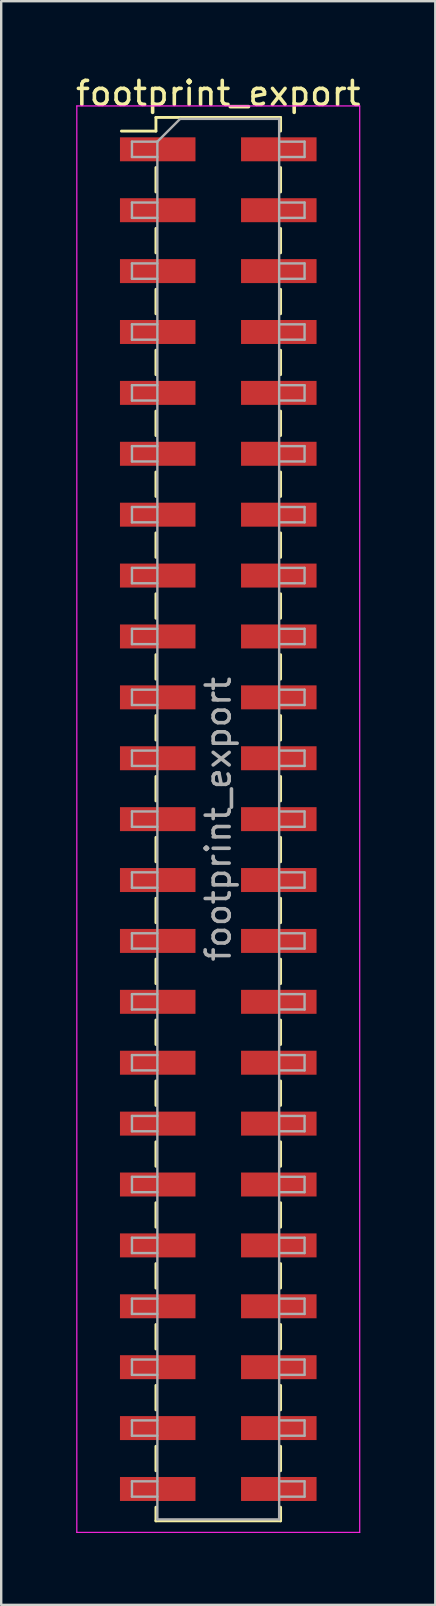
<source format=kicad_pcb>
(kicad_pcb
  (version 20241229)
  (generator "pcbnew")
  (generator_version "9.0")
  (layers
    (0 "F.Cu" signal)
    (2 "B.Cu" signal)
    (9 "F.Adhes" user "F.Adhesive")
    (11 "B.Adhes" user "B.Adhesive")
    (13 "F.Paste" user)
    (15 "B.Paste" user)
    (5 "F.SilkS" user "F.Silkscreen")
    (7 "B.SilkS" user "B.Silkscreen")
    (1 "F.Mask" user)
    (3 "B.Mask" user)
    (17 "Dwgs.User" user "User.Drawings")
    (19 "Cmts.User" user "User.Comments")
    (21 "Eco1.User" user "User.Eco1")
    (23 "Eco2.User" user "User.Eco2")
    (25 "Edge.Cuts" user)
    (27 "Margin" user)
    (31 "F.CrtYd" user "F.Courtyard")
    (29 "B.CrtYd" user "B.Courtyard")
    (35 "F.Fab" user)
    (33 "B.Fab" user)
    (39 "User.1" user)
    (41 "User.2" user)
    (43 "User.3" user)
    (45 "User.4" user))
  (footprint "footprint_export"
    (layer "F.Cu")
    (at 6.054 31.118)
    (property "Reference" "footprint_export" (at 0 -30.27 0) (layer "F.SilkS") (effects (font (size 1 1) (thickness 0.15))))
    (attr smd)
    (fp_line (start -4.04 -28.7) (end -2.6 -28.7) (stroke (width 0.12) (type solid)) (layer "F.SilkS"))
    (fp_line (start -2.6 -29.27) (end -2.6 -28.7) (stroke (width 0.12) (type solid)) (layer "F.SilkS"))
    (fp_line (start -2.6 -29.27) (end 2.6 -29.27) (stroke (width 0.12) (type solid)) (layer "F.SilkS"))
    (fp_line (start -2.6 -27.18) (end -2.6 -26.16) (stroke (width 0.12) (type solid)) (layer "F.SilkS"))
    (fp_line (start -2.6 -24.64) (end -2.6 -23.62) (stroke (width 0.12) (type solid)) (layer "F.SilkS"))
    (fp_line (start -2.6 -22.1) (end -2.6 -21.08) (stroke (width 0.12) (type solid)) (layer "F.SilkS"))
    (fp_line (start -2.6 -19.56) (end -2.6 -18.54) (stroke (width 0.12) (type solid)) (layer "F.SilkS"))
    (fp_line (start -2.6 -17.02) (end -2.6 -16) (stroke (width 0.12) (type solid)) (layer "F.SilkS"))
    (fp_line (start -2.6 -14.48) (end -2.6 -13.46) (stroke (width 0.12) (type solid)) (layer "F.SilkS"))
    (fp_line (start -2.6 -11.94) (end -2.6 -10.92) (stroke (width 0.12) (type solid)) (layer "F.SilkS"))
    (fp_line (start -2.6 -9.4) (end -2.6 -8.38) (stroke (width 0.12) (type solid)) (layer "F.SilkS"))
    (fp_line (start -2.6 -6.86) (end -2.6 -5.84) (stroke (width 0.12) (type solid)) (layer "F.SilkS"))
    (fp_line (start -2.6 -4.32) (end -2.6 -3.3) (stroke (width 0.12) (type solid)) (layer "F.SilkS"))
    (fp_line (start -2.6 -1.78) (end -2.6 -0.76) (stroke (width 0.12) (type solid)) (layer "F.SilkS"))
    (fp_line (start -2.6 0.76) (end -2.6 1.78) (stroke (width 0.12) (type solid)) (layer "F.SilkS"))
    (fp_line (start -2.6 3.3) (end -2.6 4.32) (stroke (width 0.12) (type solid)) (layer "F.SilkS"))
    (fp_line (start -2.6 5.84) (end -2.6 6.86) (stroke (width 0.12) (type solid)) (layer "F.SilkS"))
    (fp_line (start -2.6 8.38) (end -2.6 9.4) (stroke (width 0.12) (type solid)) (layer "F.SilkS"))
    (fp_line (start -2.6 10.92) (end -2.6 11.94) (stroke (width 0.12) (type solid)) (layer "F.SilkS"))
    (fp_line (start -2.6 13.46) (end -2.6 14.48) (stroke (width 0.12) (type solid)) (layer "F.SilkS"))
    (fp_line (start -2.6 16) (end -2.6 17.02) (stroke (width 0.12) (type solid)) (layer "F.SilkS"))
    (fp_line (start -2.6 18.54) (end -2.6 19.56) (stroke (width 0.12) (type solid)) (layer "F.SilkS"))
    (fp_line (start -2.6 21.08) (end -2.6 22.1) (stroke (width 0.12) (type solid)) (layer "F.SilkS"))
    (fp_line (start -2.6 23.62) (end -2.6 24.64) (stroke (width 0.12) (type solid)) (layer "F.SilkS"))
    (fp_line (start -2.6 26.16) (end -2.6 27.18) (stroke (width 0.12) (type solid)) (layer "F.SilkS"))
    (fp_line (start -2.6 28.7) (end -2.6 29.27) (stroke (width 0.12) (type solid)) (layer "F.SilkS"))
    (fp_line (start -2.6 29.27) (end 2.6 29.27) (stroke (width 0.12) (type solid)) (layer "F.SilkS"))
    (fp_line (start 2.6 -29.27) (end 2.6 -28.7) (stroke (width 0.12) (type solid)) (layer "F.SilkS"))
    (fp_line (start 2.6 -27.18) (end 2.6 -26.16) (stroke (width 0.12) (type solid)) (layer "F.SilkS"))
    (fp_line (start 2.6 -24.64) (end 2.6 -23.62) (stroke (width 0.12) (type solid)) (layer "F.SilkS"))
    (fp_line (start 2.6 -22.1) (end 2.6 -21.08) (stroke (width 0.12) (type solid)) (layer "F.SilkS"))
    (fp_line (start 2.6 -19.56) (end 2.6 -18.54) (stroke (width 0.12) (type solid)) (layer "F.SilkS"))
    (fp_line (start 2.6 -17.02) (end 2.6 -16) (stroke (width 0.12) (type solid)) (layer "F.SilkS"))
    (fp_line (start 2.6 -14.48) (end 2.6 -13.46) (stroke (width 0.12) (type solid)) (layer "F.SilkS"))
    (fp_line (start 2.6 -11.94) (end 2.6 -10.92) (stroke (width 0.12) (type solid)) (layer "F.SilkS"))
    (fp_line (start 2.6 -9.4) (end 2.6 -8.38) (stroke (width 0.12) (type solid)) (layer "F.SilkS"))
    (fp_line (start 2.6 -6.86) (end 2.6 -5.84) (stroke (width 0.12) (type solid)) (layer "F.SilkS"))
    (fp_line (start 2.6 -4.32) (end 2.6 -3.3) (stroke (width 0.12) (type solid)) (layer "F.SilkS"))
    (fp_line (start 2.6 -1.78) (end 2.6 -0.76) (stroke (width 0.12) (type solid)) (layer "F.SilkS"))
    (fp_line (start 2.6 0.76) (end 2.6 1.78) (stroke (width 0.12) (type solid)) (layer "F.SilkS"))
    (fp_line (start 2.6 3.3) (end 2.6 4.32) (stroke (width 0.12) (type solid)) (layer "F.SilkS"))
    (fp_line (start 2.6 5.84) (end 2.6 6.86) (stroke (width 0.12) (type solid)) (layer "F.SilkS"))
    (fp_line (start 2.6 8.38) (end 2.6 9.4) (stroke (width 0.12) (type solid)) (layer "F.SilkS"))
    (fp_line (start 2.6 10.92) (end 2.6 11.94) (stroke (width 0.12) (type solid)) (layer "F.SilkS"))
    (fp_line (start 2.6 13.46) (end 2.6 14.48) (stroke (width 0.12) (type solid)) (layer "F.SilkS"))
    (fp_line (start 2.6 16) (end 2.6 17.02) (stroke (width 0.12) (type solid)) (layer "F.SilkS"))
    (fp_line (start 2.6 18.54) (end 2.6 19.56) (stroke (width 0.12) (type solid)) (layer "F.SilkS"))
    (fp_line (start 2.6 21.08) (end 2.6 22.1) (stroke (width 0.12) (type solid)) (layer "F.SilkS"))
    (fp_line (start 2.6 23.62) (end 2.6 24.64) (stroke (width 0.12) (type solid)) (layer "F.SilkS"))
    (fp_line (start 2.6 26.16) (end 2.6 27.18) (stroke (width 0.12) (type solid)) (layer "F.SilkS"))
    (fp_line (start 2.6 28.7) (end 2.6 29.27) (stroke (width 0.12) (type solid)) (layer "F.SilkS"))
    (fp_line (start -5.9 -29.75) (end -5.9 29.75) (stroke (width 0.05) (type solid)) (layer "F.CrtYd"))
    (fp_line (start -5.9 29.75) (end 5.9 29.75) (stroke (width 0.05) (type solid)) (layer "F.CrtYd"))
    (fp_line (start 5.9 -29.75) (end -5.9 -29.75) (stroke (width 0.05) (type solid)) (layer "F.CrtYd"))
    (fp_line (start 5.9 29.75) (end 5.9 -29.75) (stroke (width 0.05) (type solid)) (layer "F.CrtYd"))
    (fp_line (start -3.6 -28.26) (end -3.6 -27.62) (stroke (width 0.1) (type solid)) (layer "F.Fab"))
    (fp_line (start -3.6 -27.62) (end -2.54 -27.62) (stroke (width 0.1) (type solid)) (layer "F.Fab"))
    (fp_line (start -3.6 -25.72) (end -3.6 -25.08) (stroke (width 0.1) (type solid)) (layer "F.Fab"))
    (fp_line (start -3.6 -25.08) (end -2.54 -25.08) (stroke (width 0.1) (type solid)) (layer "F.Fab"))
    (fp_line (start -3.6 -23.18) (end -3.6 -22.54) (stroke (width 0.1) (type solid)) (layer "F.Fab"))
    (fp_line (start -3.6 -22.54) (end -2.54 -22.54) (stroke (width 0.1) (type solid)) (layer "F.Fab"))
    (fp_line (start -3.6 -20.64) (end -3.6 -20) (stroke (width 0.1) (type solid)) (layer "F.Fab"))
    (fp_line (start -3.6 -20) (end -2.54 -20) (stroke (width 0.1) (type solid)) (layer "F.Fab"))
    (fp_line (start -3.6 -18.1) (end -3.6 -17.46) (stroke (width 0.1) (type solid)) (layer "F.Fab"))
    (fp_line (start -3.6 -17.46) (end -2.54 -17.46) (stroke (width 0.1) (type solid)) (layer "F.Fab"))
    (fp_line (start -3.6 -15.56) (end -3.6 -14.92) (stroke (width 0.1) (type solid)) (layer "F.Fab"))
    (fp_line (start -3.6 -14.92) (end -2.54 -14.92) (stroke (width 0.1) (type solid)) (layer "F.Fab"))
    (fp_line (start -3.6 -13.02) (end -3.6 -12.38) (stroke (width 0.1) (type solid)) (layer "F.Fab"))
    (fp_line (start -3.6 -12.38) (end -2.54 -12.38) (stroke (width 0.1) (type solid)) (layer "F.Fab"))
    (fp_line (start -3.6 -10.48) (end -3.6 -9.84) (stroke (width 0.1) (type solid)) (layer "F.Fab"))
    (fp_line (start -3.6 -9.84) (end -2.54 -9.84) (stroke (width 0.1) (type solid)) (layer "F.Fab"))
    (fp_line (start -3.6 -7.94) (end -3.6 -7.3) (stroke (width 0.1) (type solid)) (layer "F.Fab"))
    (fp_line (start -3.6 -7.3) (end -2.54 -7.3) (stroke (width 0.1) (type solid)) (layer "F.Fab"))
    (fp_line (start -3.6 -5.4) (end -3.6 -4.76) (stroke (width 0.1) (type solid)) (layer "F.Fab"))
    (fp_line (start -3.6 -4.76) (end -2.54 -4.76) (stroke (width 0.1) (type solid)) (layer "F.Fab"))
    (fp_line (start -3.6 -2.86) (end -3.6 -2.22) (stroke (width 0.1) (type solid)) (layer "F.Fab"))
    (fp_line (start -3.6 -2.22) (end -2.54 -2.22) (stroke (width 0.1) (type solid)) (layer "F.Fab"))
    (fp_line (start -3.6 -0.32) (end -3.6 0.32) (stroke (width 0.1) (type solid)) (layer "F.Fab"))
    (fp_line (start -3.6 0.32) (end -2.54 0.32) (stroke (width 0.1) (type solid)) (layer "F.Fab"))
    (fp_line (start -3.6 2.22) (end -3.6 2.86) (stroke (width 0.1) (type solid)) (layer "F.Fab"))
    (fp_line (start -3.6 2.86) (end -2.54 2.86) (stroke (width 0.1) (type solid)) (layer "F.Fab"))
    (fp_line (start -3.6 4.76) (end -3.6 5.4) (stroke (width 0.1) (type solid)) (layer "F.Fab"))
    (fp_line (start -3.6 5.4) (end -2.54 5.4) (stroke (width 0.1) (type solid)) (layer "F.Fab"))
    (fp_line (start -3.6 7.3) (end -3.6 7.94) (stroke (width 0.1) (type solid)) (layer "F.Fab"))
    (fp_line (start -3.6 7.94) (end -2.54 7.94) (stroke (width 0.1) (type solid)) (layer "F.Fab"))
    (fp_line (start -3.6 9.84) (end -3.6 10.48) (stroke (width 0.1) (type solid)) (layer "F.Fab"))
    (fp_line (start -3.6 10.48) (end -2.54 10.48) (stroke (width 0.1) (type solid)) (layer "F.Fab"))
    (fp_line (start -3.6 12.38) (end -3.6 13.02) (stroke (width 0.1) (type solid)) (layer "F.Fab"))
    (fp_line (start -3.6 13.02) (end -2.54 13.02) (stroke (width 0.1) (type solid)) (layer "F.Fab"))
    (fp_line (start -3.6 14.92) (end -3.6 15.56) (stroke (width 0.1) (type solid)) (layer "F.Fab"))
    (fp_line (start -3.6 15.56) (end -2.54 15.56) (stroke (width 0.1) (type solid)) (layer "F.Fab"))
    (fp_line (start -3.6 17.46) (end -3.6 18.1) (stroke (width 0.1) (type solid)) (layer "F.Fab"))
    (fp_line (start -3.6 18.1) (end -2.54 18.1) (stroke (width 0.1) (type solid)) (layer "F.Fab"))
    (fp_line (start -3.6 20) (end -3.6 20.64) (stroke (width 0.1) (type solid)) (layer "F.Fab"))
    (fp_line (start -3.6 20.64) (end -2.54 20.64) (stroke (width 0.1) (type solid)) (layer "F.Fab"))
    (fp_line (start -3.6 22.54) (end -3.6 23.18) (stroke (width 0.1) (type solid)) (layer "F.Fab"))
    (fp_line (start -3.6 23.18) (end -2.54 23.18) (stroke (width 0.1) (type solid)) (layer "F.Fab"))
    (fp_line (start -3.6 25.08) (end -3.6 25.72) (stroke (width 0.1) (type solid)) (layer "F.Fab"))
    (fp_line (start -3.6 25.72) (end -2.54 25.72) (stroke (width 0.1) (type solid)) (layer "F.Fab"))
    (fp_line (start -3.6 27.62) (end -3.6 28.26) (stroke (width 0.1) (type solid)) (layer "F.Fab"))
    (fp_line (start -3.6 28.26) (end -2.54 28.26) (stroke (width 0.1) (type solid)) (layer "F.Fab"))
    (fp_line (start -2.54 -28.26) (end -3.6 -28.26) (stroke (width 0.1) (type solid)) (layer "F.Fab"))
    (fp_line (start -2.54 -28.26) (end -1.59 -29.21) (stroke (width 0.1) (type solid)) (layer "F.Fab"))
    (fp_line (start -2.54 -25.72) (end -3.6 -25.72) (stroke (width 0.1) (type solid)) (layer "F.Fab"))
    (fp_line (start -2.54 -23.18) (end -3.6 -23.18) (stroke (width 0.1) (type solid)) (layer "F.Fab"))
    (fp_line (start -2.54 -20.64) (end -3.6 -20.64) (stroke (width 0.1) (type solid)) (layer "F.Fab"))
    (fp_line (start -2.54 -18.1) (end -3.6 -18.1) (stroke (width 0.1) (type solid)) (layer "F.Fab"))
    (fp_line (start -2.54 -15.56) (end -3.6 -15.56) (stroke (width 0.1) (type solid)) (layer "F.Fab"))
    (fp_line (start -2.54 -13.02) (end -3.6 -13.02) (stroke (width 0.1) (type solid)) (layer "F.Fab"))
    (fp_line (start -2.54 -10.48) (end -3.6 -10.48) (stroke (width 0.1) (type solid)) (layer "F.Fab"))
    (fp_line (start -2.54 -7.94) (end -3.6 -7.94) (stroke (width 0.1) (type solid)) (layer "F.Fab"))
    (fp_line (start -2.54 -5.4) (end -3.6 -5.4) (stroke (width 0.1) (type solid)) (layer "F.Fab"))
    (fp_line (start -2.54 -2.86) (end -3.6 -2.86) (stroke (width 0.1) (type solid)) (layer "F.Fab"))
    (fp_line (start -2.54 -0.32) (end -3.6 -0.32) (stroke (width 0.1) (type solid)) (layer "F.Fab"))
    (fp_line (start -2.54 2.22) (end -3.6 2.22) (stroke (width 0.1) (type solid)) (layer "F.Fab"))
    (fp_line (start -2.54 4.76) (end -3.6 4.76) (stroke (width 0.1) (type solid)) (layer "F.Fab"))
    (fp_line (start -2.54 7.3) (end -3.6 7.3) (stroke (width 0.1) (type solid)) (layer "F.Fab"))
    (fp_line (start -2.54 9.84) (end -3.6 9.84) (stroke (width 0.1) (type solid)) (layer "F.Fab"))
    (fp_line (start -2.54 12.38) (end -3.6 12.38) (stroke (width 0.1) (type solid)) (layer "F.Fab"))
    (fp_line (start -2.54 14.92) (end -3.6 14.92) (stroke (width 0.1) (type solid)) (layer "F.Fab"))
    (fp_line (start -2.54 17.46) (end -3.6 17.46) (stroke (width 0.1) (type solid)) (layer "F.Fab"))
    (fp_line (start -2.54 20) (end -3.6 20) (stroke (width 0.1) (type solid)) (layer "F.Fab"))
    (fp_line (start -2.54 22.54) (end -3.6 22.54) (stroke (width 0.1) (type solid)) (layer "F.Fab"))
    (fp_line (start -2.54 25.08) (end -3.6 25.08) (stroke (width 0.1) (type solid)) (layer "F.Fab"))
    (fp_line (start -2.54 27.62) (end -3.6 27.62) (stroke (width 0.1) (type solid)) (layer "F.Fab"))
    (fp_line (start -2.54 29.21) (end -2.54 -28.26) (stroke (width 0.1) (type solid)) (layer "F.Fab"))
    (fp_line (start -1.59 -29.21) (end 2.54 -29.21) (stroke (width 0.1) (type solid)) (layer "F.Fab"))
    (fp_line (start 2.54 -29.21) (end 2.54 29.21) (stroke (width 0.1) (type solid)) (layer "F.Fab"))
    (fp_line (start 2.54 -28.26) (end 3.6 -28.26) (stroke (width 0.1) (type solid)) (layer "F.Fab"))
    (fp_line (start 2.54 -25.72) (end 3.6 -25.72) (stroke (width 0.1) (type solid)) (layer "F.Fab"))
    (fp_line (start 2.54 -23.18) (end 3.6 -23.18) (stroke (width 0.1) (type solid)) (layer "F.Fab"))
    (fp_line (start 2.54 -20.64) (end 3.6 -20.64) (stroke (width 0.1) (type solid)) (layer "F.Fab"))
    (fp_line (start 2.54 -18.1) (end 3.6 -18.1) (stroke (width 0.1) (type solid)) (layer "F.Fab"))
    (fp_line (start 2.54 -15.56) (end 3.6 -15.56) (stroke (width 0.1) (type solid)) (layer "F.Fab"))
    (fp_line (start 2.54 -13.02) (end 3.6 -13.02) (stroke (width 0.1) (type solid)) (layer "F.Fab"))
    (fp_line (start 2.54 -10.48) (end 3.6 -10.48) (stroke (width 0.1) (type solid)) (layer "F.Fab"))
    (fp_line (start 2.54 -7.94) (end 3.6 -7.94) (stroke (width 0.1) (type solid)) (layer "F.Fab"))
    (fp_line (start 2.54 -5.4) (end 3.6 -5.4) (stroke (width 0.1) (type solid)) (layer "F.Fab"))
    (fp_line (start 2.54 -2.86) (end 3.6 -2.86) (stroke (width 0.1) (type solid)) (layer "F.Fab"))
    (fp_line (start 2.54 -0.32) (end 3.6 -0.32) (stroke (width 0.1) (type solid)) (layer "F.Fab"))
    (fp_line (start 2.54 2.22) (end 3.6 2.22) (stroke (width 0.1) (type solid)) (layer "F.Fab"))
    (fp_line (start 2.54 4.76) (end 3.6 4.76) (stroke (width 0.1) (type solid)) (layer "F.Fab"))
    (fp_line (start 2.54 7.3) (end 3.6 7.3) (stroke (width 0.1) (type solid)) (layer "F.Fab"))
    (fp_line (start 2.54 9.84) (end 3.6 9.84) (stroke (width 0.1) (type solid)) (layer "F.Fab"))
    (fp_line (start 2.54 12.38) (end 3.6 12.38) (stroke (width 0.1) (type solid)) (layer "F.Fab"))
    (fp_line (start 2.54 14.92) (end 3.6 14.92) (stroke (width 0.1) (type solid)) (layer "F.Fab"))
    (fp_line (start 2.54 17.46) (end 3.6 17.46) (stroke (width 0.1) (type solid)) (layer "F.Fab"))
    (fp_line (start 2.54 20) (end 3.6 20) (stroke (width 0.1) (type solid)) (layer "F.Fab"))
    (fp_line (start 2.54 22.54) (end 3.6 22.54) (stroke (width 0.1) (type solid)) (layer "F.Fab"))
    (fp_line (start 2.54 25.08) (end 3.6 25.08) (stroke (width 0.1) (type solid)) (layer "F.Fab"))
    (fp_line (start 2.54 27.62) (end 3.6 27.62) (stroke (width 0.1) (type solid)) (layer "F.Fab"))
    (fp_line (start 2.54 29.21) (end -2.54 29.21) (stroke (width 0.1) (type solid)) (layer "F.Fab"))
    (fp_line (start 3.6 -28.26) (end 3.6 -27.62) (stroke (width 0.1) (type solid)) (layer "F.Fab"))
    (fp_line (start 3.6 -27.62) (end 2.54 -27.62) (stroke (width 0.1) (type solid)) (layer "F.Fab"))
    (fp_line (start 3.6 -25.72) (end 3.6 -25.08) (stroke (width 0.1) (type solid)) (layer "F.Fab"))
    (fp_line (start 3.6 -25.08) (end 2.54 -25.08) (stroke (width 0.1) (type solid)) (layer "F.Fab"))
    (fp_line (start 3.6 -23.18) (end 3.6 -22.54) (stroke (width 0.1) (type solid)) (layer "F.Fab"))
    (fp_line (start 3.6 -22.54) (end 2.54 -22.54) (stroke (width 0.1) (type solid)) (layer "F.Fab"))
    (fp_line (start 3.6 -20.64) (end 3.6 -20) (stroke (width 0.1) (type solid)) (layer "F.Fab"))
    (fp_line (start 3.6 -20) (end 2.54 -20) (stroke (width 0.1) (type solid)) (layer "F.Fab"))
    (fp_line (start 3.6 -18.1) (end 3.6 -17.46) (stroke (width 0.1) (type solid)) (layer "F.Fab"))
    (fp_line (start 3.6 -17.46) (end 2.54 -17.46) (stroke (width 0.1) (type solid)) (layer "F.Fab"))
    (fp_line (start 3.6 -15.56) (end 3.6 -14.92) (stroke (width 0.1) (type solid)) (layer "F.Fab"))
    (fp_line (start 3.6 -14.92) (end 2.54 -14.92) (stroke (width 0.1) (type solid)) (layer "F.Fab"))
    (fp_line (start 3.6 -13.02) (end 3.6 -12.38) (stroke (width 0.1) (type solid)) (layer "F.Fab"))
    (fp_line (start 3.6 -12.38) (end 2.54 -12.38) (stroke (width 0.1) (type solid)) (layer "F.Fab"))
    (fp_line (start 3.6 -10.48) (end 3.6 -9.84) (stroke (width 0.1) (type solid)) (layer "F.Fab"))
    (fp_line (start 3.6 -9.84) (end 2.54 -9.84) (stroke (width 0.1) (type solid)) (layer "F.Fab"))
    (fp_line (start 3.6 -7.94) (end 3.6 -7.3) (stroke (width 0.1) (type solid)) (layer "F.Fab"))
    (fp_line (start 3.6 -7.3) (end 2.54 -7.3) (stroke (width 0.1) (type solid)) (layer "F.Fab"))
    (fp_line (start 3.6 -5.4) (end 3.6 -4.76) (stroke (width 0.1) (type solid)) (layer "F.Fab"))
    (fp_line (start 3.6 -4.76) (end 2.54 -4.76) (stroke (width 0.1) (type solid)) (layer "F.Fab"))
    (fp_line (start 3.6 -2.86) (end 3.6 -2.22) (stroke (width 0.1) (type solid)) (layer "F.Fab"))
    (fp_line (start 3.6 -2.22) (end 2.54 -2.22) (stroke (width 0.1) (type solid)) (layer "F.Fab"))
    (fp_line (start 3.6 -0.32) (end 3.6 0.32) (stroke (width 0.1) (type solid)) (layer "F.Fab"))
    (fp_line (start 3.6 0.32) (end 2.54 0.32) (stroke (width 0.1) (type solid)) (layer "F.Fab"))
    (fp_line (start 3.6 2.22) (end 3.6 2.86) (stroke (width 0.1) (type solid)) (layer "F.Fab"))
    (fp_line (start 3.6 2.86) (end 2.54 2.86) (stroke (width 0.1) (type solid)) (layer "F.Fab"))
    (fp_line (start 3.6 4.76) (end 3.6 5.4) (stroke (width 0.1) (type solid)) (layer "F.Fab"))
    (fp_line (start 3.6 5.4) (end 2.54 5.4) (stroke (width 0.1) (type solid)) (layer "F.Fab"))
    (fp_line (start 3.6 7.3) (end 3.6 7.94) (stroke (width 0.1) (type solid)) (layer "F.Fab"))
    (fp_line (start 3.6 7.94) (end 2.54 7.94) (stroke (width 0.1) (type solid)) (layer "F.Fab"))
    (fp_line (start 3.6 9.84) (end 3.6 10.48) (stroke (width 0.1) (type solid)) (layer "F.Fab"))
    (fp_line (start 3.6 10.48) (end 2.54 10.48) (stroke (width 0.1) (type solid)) (layer "F.Fab"))
    (fp_line (start 3.6 12.38) (end 3.6 13.02) (stroke (width 0.1) (type solid)) (layer "F.Fab"))
    (fp_line (start 3.6 13.02) (end 2.54 13.02) (stroke (width 0.1) (type solid)) (layer "F.Fab"))
    (fp_line (start 3.6 14.92) (end 3.6 15.56) (stroke (width 0.1) (type solid)) (layer "F.Fab"))
    (fp_line (start 3.6 15.56) (end 2.54 15.56) (stroke (width 0.1) (type solid)) (layer "F.Fab"))
    (fp_line (start 3.6 17.46) (end 3.6 18.1) (stroke (width 0.1) (type solid)) (layer "F.Fab"))
    (fp_line (start 3.6 18.1) (end 2.54 18.1) (stroke (width 0.1) (type solid)) (layer "F.Fab"))
    (fp_line (start 3.6 20) (end 3.6 20.64) (stroke (width 0.1) (type solid)) (layer "F.Fab"))
    (fp_line (start 3.6 20.64) (end 2.54 20.64) (stroke (width 0.1) (type solid)) (layer "F.Fab"))
    (fp_line (start 3.6 22.54) (end 3.6 23.18) (stroke (width 0.1) (type solid)) (layer "F.Fab"))
    (fp_line (start 3.6 23.18) (end 2.54 23.18) (stroke (width 0.1) (type solid)) (layer "F.Fab"))
    (fp_line (start 3.6 25.08) (end 3.6 25.72) (stroke (width 0.1) (type solid)) (layer "F.Fab"))
    (fp_line (start 3.6 25.72) (end 2.54 25.72) (stroke (width 0.1) (type solid)) (layer "F.Fab"))
    (fp_line (start 3.6 27.62) (end 3.6 28.26) (stroke (width 0.1) (type solid)) (layer "F.Fab"))
    (fp_line (start 3.6 28.26) (end 2.54 28.26) (stroke (width 0.1) (type solid)) (layer "F.Fab"))
    (fp_text user "${REFERENCE}" (at 0 0 90) (layer "F.Fab") (effects (font (size 1 1) (thickness 0.15))))
    (pad "1" smd rect (at -2.525 -27.94) (size 3.15 1) (layers "F.Cu" "F.Mask" "F.Paste"))
    (pad "2" smd rect (at 2.525 -27.94) (size 3.15 1) (layers "F.Cu" "F.Mask" "F.Paste"))
    (pad "3" smd rect (at -2.525 -25.4) (size 3.15 1) (layers "F.Cu" "F.Mask" "F.Paste"))
    (pad "4" smd rect (at 2.525 -25.4) (size 3.15 1) (layers "F.Cu" "F.Mask" "F.Paste"))
    (pad "5" smd rect (at -2.525 -22.86) (size 3.15 1) (layers "F.Cu" "F.Mask" "F.Paste"))
    (pad "6" smd rect (at 2.525 -22.86) (size 3.15 1) (layers "F.Cu" "F.Mask" "F.Paste"))
    (pad "7" smd rect (at -2.525 -20.32) (size 3.15 1) (layers "F.Cu" "F.Mask" "F.Paste"))
    (pad "8" smd rect (at 2.525 -20.32) (size 3.15 1) (layers "F.Cu" "F.Mask" "F.Paste"))
    (pad "9" smd rect (at -2.525 -17.78) (size 3.15 1) (layers "F.Cu" "F.Mask" "F.Paste"))
    (pad "10" smd rect (at 2.525 -17.78) (size 3.15 1) (layers "F.Cu" "F.Mask" "F.Paste"))
    (pad "11" smd rect (at -2.525 -15.24) (size 3.15 1) (layers "F.Cu" "F.Mask" "F.Paste"))
    (pad "12" smd rect (at 2.525 -15.24) (size 3.15 1) (layers "F.Cu" "F.Mask" "F.Paste"))
    (pad "13" smd rect (at -2.525 -12.7) (size 3.15 1) (layers "F.Cu" "F.Mask" "F.Paste"))
    (pad "14" smd rect (at 2.525 -12.7) (size 3.15 1) (layers "F.Cu" "F.Mask" "F.Paste"))
    (pad "15" smd rect (at -2.525 -10.16) (size 3.15 1) (layers "F.Cu" "F.Mask" "F.Paste"))
    (pad "16" smd rect (at 2.525 -10.16) (size 3.15 1) (layers "F.Cu" "F.Mask" "F.Paste"))
    (pad "17" smd rect (at -2.525 -7.62) (size 3.15 1) (layers "F.Cu" "F.Mask" "F.Paste"))
    (pad "18" smd rect (at 2.525 -7.62) (size 3.15 1) (layers "F.Cu" "F.Mask" "F.Paste"))
    (pad "19" smd rect (at -2.525 -5.08) (size 3.15 1) (layers "F.Cu" "F.Mask" "F.Paste"))
    (pad "20" smd rect (at 2.525 -5.08) (size 3.15 1) (layers "F.Cu" "F.Mask" "F.Paste"))
    (pad "21" smd rect (at -2.525 -2.54) (size 3.15 1) (layers "F.Cu" "F.Mask" "F.Paste"))
    (pad "22" smd rect (at 2.525 -2.54) (size 3.15 1) (layers "F.Cu" "F.Mask" "F.Paste"))
    (pad "23" smd rect (at -2.525 0) (size 3.15 1) (layers "F.Cu" "F.Mask" "F.Paste"))
    (pad "24" smd rect (at 2.525 0) (size 3.15 1) (layers "F.Cu" "F.Mask" "F.Paste"))
    (pad "25" smd rect (at -2.525 2.54) (size 3.15 1) (layers "F.Cu" "F.Mask" "F.Paste"))
    (pad "26" smd rect (at 2.525 2.54) (size 3.15 1) (layers "F.Cu" "F.Mask" "F.Paste"))
    (pad "27" smd rect (at -2.525 5.08) (size 3.15 1) (layers "F.Cu" "F.Mask" "F.Paste"))
    (pad "28" smd rect (at 2.525 5.08) (size 3.15 1) (layers "F.Cu" "F.Mask" "F.Paste"))
    (pad "29" smd rect (at -2.525 7.62) (size 3.15 1) (layers "F.Cu" "F.Mask" "F.Paste"))
    (pad "30" smd rect (at 2.525 7.62) (size 3.15 1) (layers "F.Cu" "F.Mask" "F.Paste"))
    (pad "31" smd rect (at -2.525 10.16) (size 3.15 1) (layers "F.Cu" "F.Mask" "F.Paste"))
    (pad "32" smd rect (at 2.525 10.16) (size 3.15 1) (layers "F.Cu" "F.Mask" "F.Paste"))
    (pad "33" smd rect (at -2.525 12.7) (size 3.15 1) (layers "F.Cu" "F.Mask" "F.Paste"))
    (pad "34" smd rect (at 2.525 12.7) (size 3.15 1) (layers "F.Cu" "F.Mask" "F.Paste"))
    (pad "35" smd rect (at -2.525 15.24) (size 3.15 1) (layers "F.Cu" "F.Mask" "F.Paste"))
    (pad "36" smd rect (at 2.525 15.24) (size 3.15 1) (layers "F.Cu" "F.Mask" "F.Paste"))
    (pad "37" smd rect (at -2.525 17.78) (size 3.15 1) (layers "F.Cu" "F.Mask" "F.Paste"))
    (pad "38" smd rect (at 2.525 17.78) (size 3.15 1) (layers "F.Cu" "F.Mask" "F.Paste"))
    (pad "39" smd rect (at -2.525 20.32) (size 3.15 1) (layers "F.Cu" "F.Mask" "F.Paste"))
    (pad "40" smd rect (at 2.525 20.32) (size 3.15 1) (layers "F.Cu" "F.Mask" "F.Paste"))
    (pad "41" smd rect (at -2.525 22.86) (size 3.15 1) (layers "F.Cu" "F.Mask" "F.Paste"))
    (pad "42" smd rect (at 2.525 22.86) (size 3.15 1) (layers "F.Cu" "F.Mask" "F.Paste"))
    (pad "43" smd rect (at -2.525 25.4) (size 3.15 1) (layers "F.Cu" "F.Mask" "F.Paste"))
    (pad "44" smd rect (at 2.525 25.4) (size 3.15 1) (layers "F.Cu" "F.Mask" "F.Paste"))
    (pad "45" smd rect (at -2.525 27.94) (size 3.15 1) (layers "F.Cu" "F.Mask" "F.Paste"))
    (pad "46" smd rect (at 2.525 27.94) (size 3.15 1) (layers "F.Cu" "F.Mask" "F.Paste")))
  (gr_rect
    (start -3 -3)
    (end 15.107 63.893)
    (stroke (width 0.1) (type default))
    (fill no)
    (layer "Edge.Cuts")))
</source>
